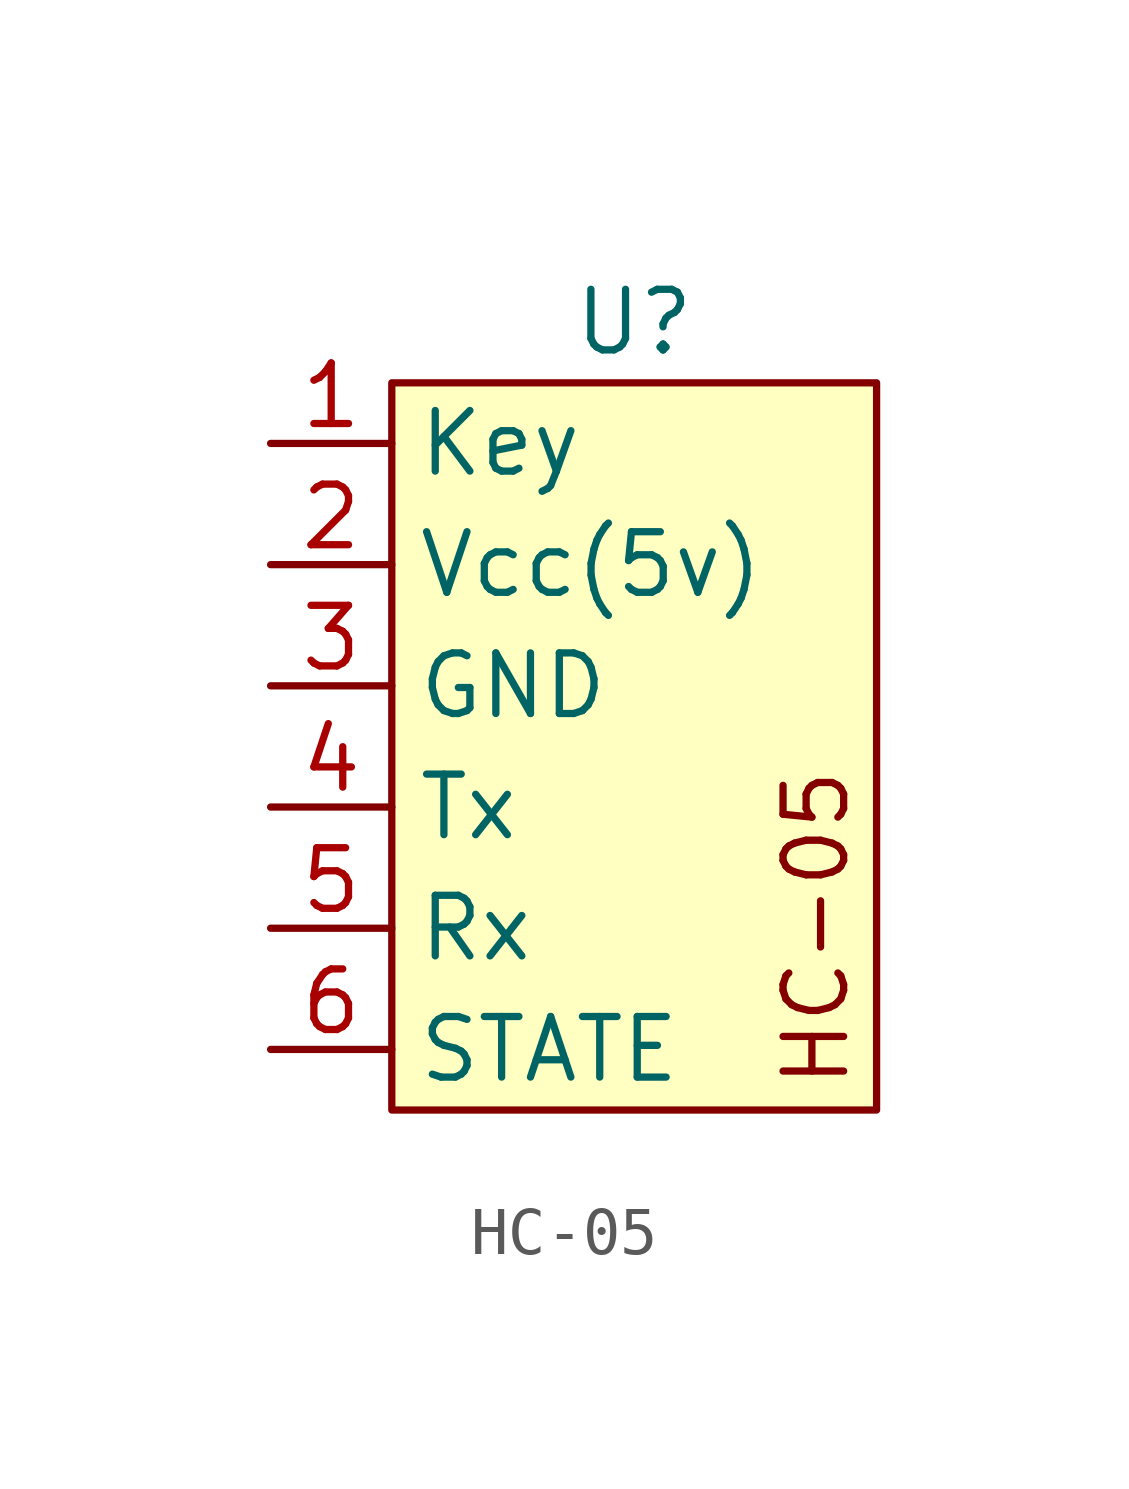
<source format=kicad_sym>
(kicad_symbol_lib
  (version 20220914)
  (generator kicad_symbol_editor)
  (symbol "HC-05"
    (property "Reference" "U"
      (at 0 8.89 0)
      (effects (font (size 1.27 1.27))))
    (property "Value" ""
      (at 0 8.89 0)
      (effects (font (size 1.27 1.27))))
    (symbol "HC-05_1_1"
      (rectangle (start -5.08 7.62) (end 5.08 -7.62) (stroke (width 0) (type default)) (fill (type background)))
      (text "HC-05\n" (at 3.81 -3.81 900) (effects (font (size 1.27 1.27))))
      (pin bidirectional line (at -7.62 6.35 0) (length 2.54) (name "Key" (effects (font (size 1.27 1.27)))) (number "1" (effects (font (size 1.27 1.27)))))
      (pin power_in line (at -7.62 3.81 0) (length 2.54) (name "Vcc(5v)" (effects (font (size 1.27 1.27)))) (number "2" (effects (font (size 1.27 1.27)))))
      (pin power_in line (at -7.62 1.27 0) (length 2.54) (name "GND" (effects (font (size 1.27 1.27)))) (number "3" (effects (font (size 1.27 1.27)))))
      (pin output line (at -7.62 -1.27 0) (length 2.54) (name "Tx" (effects (font (size 1.27 1.27)))) (number "4" (effects (font (size 1.27 1.27)))))
      (pin input line (at -7.62 -3.81 0) (length 2.54) (name "Rx" (effects (font (size 1.27 1.27)))) (number "5" (effects (font (size 1.27 1.27)))))
      (pin output line (at -7.62 -6.35 0) (length 2.54) (name "STATE" (effects (font (size 1.27 1.27)))) (number "6" (effects (font (size 1.27 1.27))))))))
</source>
